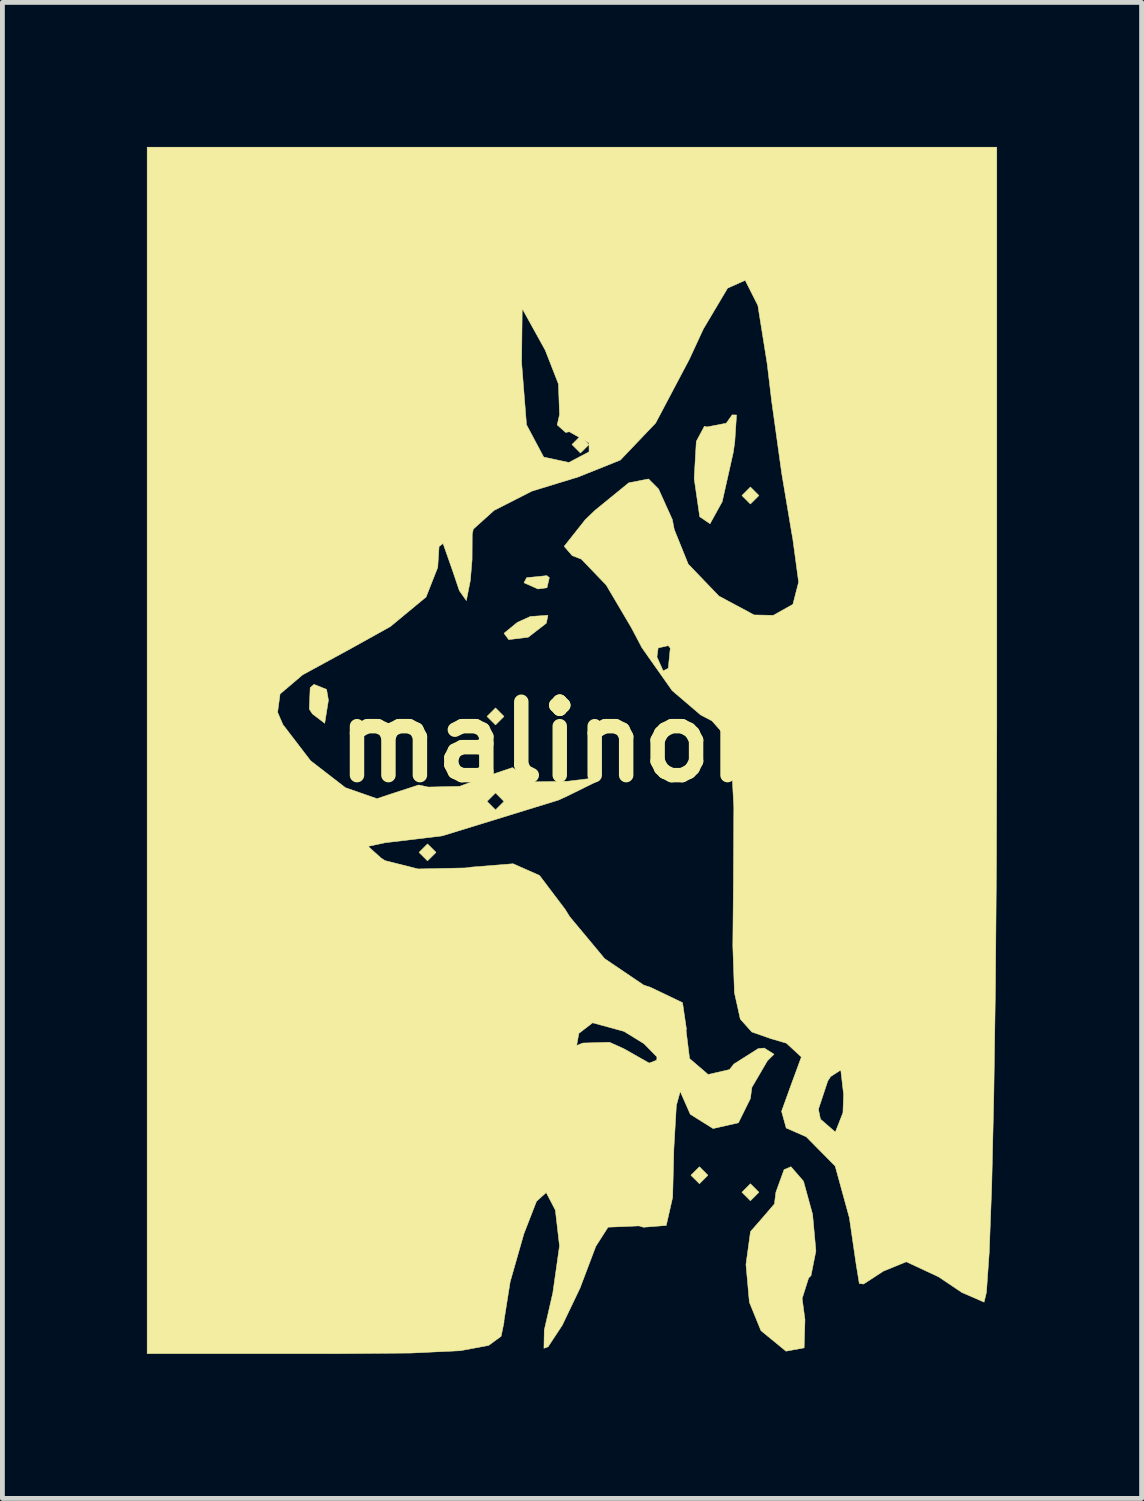
<source format=kicad_pcb>
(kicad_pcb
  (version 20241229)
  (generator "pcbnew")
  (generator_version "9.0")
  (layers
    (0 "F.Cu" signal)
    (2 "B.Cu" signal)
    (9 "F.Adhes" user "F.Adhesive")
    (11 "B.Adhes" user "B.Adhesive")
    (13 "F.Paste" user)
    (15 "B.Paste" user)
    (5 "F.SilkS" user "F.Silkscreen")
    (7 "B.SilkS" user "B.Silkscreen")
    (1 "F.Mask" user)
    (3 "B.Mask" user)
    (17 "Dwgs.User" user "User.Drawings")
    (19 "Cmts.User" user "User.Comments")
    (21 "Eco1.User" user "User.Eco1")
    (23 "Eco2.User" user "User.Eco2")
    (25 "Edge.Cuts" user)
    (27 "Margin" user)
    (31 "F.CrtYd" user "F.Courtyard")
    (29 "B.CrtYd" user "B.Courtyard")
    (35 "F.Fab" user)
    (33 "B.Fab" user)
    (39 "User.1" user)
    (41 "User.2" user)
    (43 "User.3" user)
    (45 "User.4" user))
  (footprint "malinois"
    (layer "F.Cu")
    (at 8.824 12.352)
    (property "Reference" "malinois" (at 0 0 0) (layer "F.SilkS") (effects (font (size 1.524 1.524) (thickness 0.3))))
    (attr through_hole)
    (fp_poly (pts (xy -2.822 2.293) (xy -2.999 2.469) (xy -3.175 2.293) (xy -2.999 2.117) (xy -2.822 2.293)) (stroke (width 0.01) (type solid)) (fill yes) (layer "F.SilkS"))
    (fp_poly (pts (xy -1.411 -0.529) (xy -1.587 -0.353) (xy -1.764 -0.529) (xy -1.587 -0.706) (xy -1.411 -0.529)) (stroke (width 0.01) (type solid)) (fill yes) (layer "F.SilkS"))
    (fp_poly (pts (xy 0.353 -6.174) (xy 0.176 -5.997) (xy 0 -6.174) (xy 0.176 -6.35) (xy 0.353 -6.174)) (stroke (width 0.01) (type solid)) (fill yes) (layer "F.SilkS"))
    (fp_poly (pts (xy 2.822 8.996) (xy 2.646 9.172) (xy 2.469 8.996) (xy 2.646 8.819) (xy 2.822 8.996)) (stroke (width 0.01) (type solid)) (fill yes) (layer "F.SilkS"))
    (fp_poly (pts (xy 3.881 -5.115) (xy 3.704 -4.939) (xy 3.528 -5.115) (xy 3.704 -5.292) (xy 3.881 -5.115)) (stroke (width 0.01) (type solid)) (fill yes) (layer "F.SilkS"))
    (fp_poly (pts (xy 3.881 9.349) (xy 3.704 9.525) (xy 3.528 9.349) (xy 3.704 9.172) (xy 3.881 9.349)) (stroke (width 0.01) (type solid)) (fill yes) (layer "F.SilkS"))
    (fp_poly (pts (xy -0.47 -3.41) (xy -0.519 -3.2) (xy -0.706 -3.175) (xy -0.996 -3.304) (xy -0.941 -3.41) (xy -0.522 -3.452) (xy -0.47 -3.41)) (stroke (width 0.01) (type solid)) (fill yes) (layer "F.SilkS"))
    (fp_poly (pts (xy -5.094 -1.09) (xy -5.056 -0.866) (xy -5.133 -0.387) (xy -5.389 -0.582) (xy -5.453 -0.681) (xy -5.435 -1.126) (xy -5.356 -1.195) (xy -5.094 -1.09)) (stroke (width 0.01) (type solid)) (fill yes) (layer "F.SilkS"))
    (fp_poly (pts (xy -0.532 -2.465) (xy -0.909 -2.173) (xy -1.313 -2.124) (xy -1.411 -2.255) (xy -1.134 -2.482) (xy -0.864 -2.604) (xy -0.499 -2.629) (xy -0.532 -2.465)) (stroke (width 0.01) (type solid)) (fill yes) (layer "F.SilkS"))
    (fp_poly (pts (xy 3.416 -6.787) (xy 3.38 -6.232) (xy 3.348 -6.008) (xy 3.119 -4.988) (xy 2.866 -4.529) (xy 2.652 -4.675) (xy 2.537 -5.465) (xy 2.537 -5.47) (xy 2.581 -6.239) (xy 2.749 -6.553) (xy 2.802 -6.539) (xy 3.203 -6.616) (xy 3.325 -6.789) (xy 3.416 -6.787)) (stroke (width 0.01) (type solid)) (fill yes) (layer "F.SilkS"))
    (fp_poly (pts (xy 4.806 9.119) (xy 4.995 9.807) (xy 5.064 10.567) (xy 4.962 11.08) (xy 4.913 11.128) (xy 4.778 11.554) (xy 4.837 11.995) (xy 4.819 12.579) (xy 4.443 12.648) (xy 3.923 12.222) (xy 3.683 11.633) (xy 3.612 10.848) (xy 3.706 10.165) (xy 3.957 9.878) (xy 4.203 9.591) (xy 4.233 9.349) (xy 4.403 8.879) (xy 4.546 8.819) (xy 4.806 9.119)) (stroke (width 0.01) (type solid)) (fill yes) (layer "F.SilkS"))
    (fp_poly (pts (xy 8.819 -0.353) (xy 8.812 2.476) (xy 8.791 5.066) (xy 8.757 7.337) (xy 8.714 9.208) (xy 8.662 10.598) (xy 8.604 11.427) (xy 8.555 11.63) (xy 8.095 11.43) (xy 7.614 11.107) (xy 6.941 10.792) (xy 6.467 10.985) (xy 6.054 11.254) (xy 5.965 11.244) (xy 5.899 10.842) (xy 5.78 10.026) (xy 5.759 9.88) (xy 5.464 8.806) (xy 4.864 8.198) (xy 4.447 8.015) (xy 4.351 7.668) (xy 4.367 7.625) (xy 5.116 7.625) (xy 5.159 7.832) (xy 5.468 8.099) (xy 5.625 7.698) (xy 5.639 7.32) (xy 5.58 6.811) (xy 5.37 6.947) (xy 5.31 7.039) (xy 5.116 7.625) (xy 4.367 7.625) (xy 4.543 7.136) (xy 4.762 6.541) (xy 4.451 6.254) (xy 4.129 6.16) (xy 3.734 6.022) (xy 3.494 5.754) (xy 3.373 5.207) (xy 3.339 4.236) (xy 3.352 2.856) (xy 3.36 1.354) (xy 3.309 0.406) (xy 3.168 -0.14) (xy 2.906 -0.437) (xy 2.67 -0.561) (xy 2.08 -1.065) (xy 1.587 -1.764) (xy 1.764 -1.764) (xy 1.893 -1.474) (xy 1.999 -1.529) (xy 2.041 -1.947) (xy 1.999 -1.999) (xy 1.789 -1.951) (xy 1.764 -1.764) (xy 1.587 -1.764) (xy 1.452 -1.956) (xy 1.235 -2.368) (xy 0.711 -3.256) (xy 0.195 -3.794) (xy 0.004 -3.868) (xy -0.162 -4.06) (xy 0.277 -4.615) (xy 0.482 -4.811) (xy 1.179 -5.379) (xy 1.589 -5.459) (xy 1.796 -5.252) (xy 2.084 -4.615) (xy 2.123 -4.41) (xy 2.413 -3.692) (xy 3.05 -3.028) (xy 3.781 -2.636) (xy 4.179 -2.628) (xy 4.586 -2.856) (xy 4.705 -3.318) (xy 4.582 -4.23) (xy 4.563 -4.331) (xy 4.355 -5.57) (xy 4.146 -7.069) (xy 4.052 -7.854) (xy 3.859 -9.062) (xy 3.596 -9.583) (xy 3.231 -9.42) (xy 2.728 -8.574) (xy 2.434 -7.939) (xy 1.737 -6.62) (xy 1.004 -5.851) (xy 0.095 -5.487) (xy 0.059 -5.479) (xy -0.832 -5.206) (xy -1.616 -4.807) (xy -2.048 -4.418) (xy -2.071 -4.311) (xy -2.074 -3.781) (xy -2.11 -3.351) (xy -2.193 -2.934) (xy -2.338 -3.14) (xy -2.469 -3.528) (xy -2.676 -4.119) (xy -2.759 -4.058) (xy -2.787 -3.622) (xy -3.029 -3.008) (xy -3.77 -2.395) (xy -4.593 -1.937) (xy -5.593 -1.392) (xy -6.06 -0.995) (xy -6.111 -0.615) (xy -6.002 -0.361) (xy -5.426 0.391) (xy -4.703 0.95) (xy -4.048 1.178) (xy -3.764 1.083) (xy -3.183 0.894) (xy -2.983 0.937) (xy -2.333 0.922) (xy -1.791 0.72) (xy -1.236 0.533) (xy -1.058 0.644) (xy -0.76 0.828) (xy -0.088 0.816) (xy 0.495 0.745) (xy 0.499 0.829) (xy -0.107 1.128) (xy -0.282 1.208) (xy -2.696 1.951) (xy -3.881 2.093) (xy -4.232 2.168) (xy -3.964 2.41) (xy -3.881 2.464) (xy -3.193 2.637) (xy -2.21 2.616) (xy -2.08 2.598) (xy -1.223 2.529) (xy -0.674 2.772) (xy -0.142 3.476) (xy -0.045 3.631) (xy 0.679 4.5) (xy 1.487 5.047) (xy 1.631 5.095) (xy 2.295 5.413) (xy 2.376 5.963) (xy 2.369 5.99) (xy 2.441 6.573) (xy 2.826 6.904) (xy 3.27 6.802) (xy 3.361 6.687) (xy 3.866 6.367) (xy 3.99 6.355) (xy 4.195 6.483) (xy 4.057 6.62) (xy 3.734 7.173) (xy 3.704 7.404) (xy 3.455 7.907) (xy 2.929 8.026) (xy 2.456 7.73) (xy 2.362 7.517) (xy 2.247 7.256) (xy 2.167 7.547) (xy 2.115 8.447) (xy 2.09 9.454) (xy 1.957 10.038) (xy 1.484 10.075) (xy 1.389 10.047) (xy 0.749 10.074) (xy 0.495 10.471) (xy 0.166 11.341) (xy -0.202 12.11) (xy -0.496 12.557) (xy -0.582 12.588) (xy -0.575 12.21) (xy -0.401 11.454) (xy -0.398 11.442) (xy -0.259 10.463) (xy -0.345 9.719) (xy -0.535 9.355) (xy -0.736 9.536) (xy -0.999 10.213) (xy -1.283 11.207) (xy -1.411 12.012) (xy -1.411 12.047) (xy -1.471 12.339) (xy -1.731 12.529) (xy -2.317 12.638) (xy -3.351 12.687) (xy -4.957 12.7) (xy -5.115 12.7) (xy -8.819 12.7) (xy -8.819 6.301) (xy 0.097 6.301) (xy 0.227 6.251) (xy 0.779 6.235) (xy 1.075 6.368) (xy 1.603 6.667) (xy 1.759 6.607) (xy 1.764 6.539) (xy 1.494 6.264) (xy 1.08 6.009) (xy 0.428 5.831) (xy 0.143 6.051) (xy 0.097 6.301) (xy -8.819 6.301) (xy -8.819 1.235) (xy -1.764 1.235) (xy -1.587 1.411) (xy -1.411 1.235) (xy -1.587 1.058) (xy -1.764 1.235) (xy -8.819 1.235) (xy -8.819 -7.878) (xy -1.046 -7.878) (xy -0.944 -6.584) (xy -0.587 -5.913) (xy -0.064 -5.801) (xy 0.355 -6.023) (xy 0.353 -6.207) (xy -0.055 -6.439) (xy -0.131 -6.424) (xy -0.307 -6.581) (xy -0.258 -6.794) (xy -0.281 -7.431) (xy -0.555 -8.132) (xy -1.033 -8.996) (xy -1.046 -7.878) (xy -8.819 -7.878) (xy -8.819 -12.347) (xy 8.819 -12.347) (xy 8.819 -0.353)) (stroke (width 0.01) (type solid)) (fill yes) (layer "F.SilkS")))
  (gr_rect
    (start -3 -3)
    (end 20.649 28.057)
    (stroke (width 0.1) (type default))
    (fill no)
    (layer "Edge.Cuts")))
</source>
